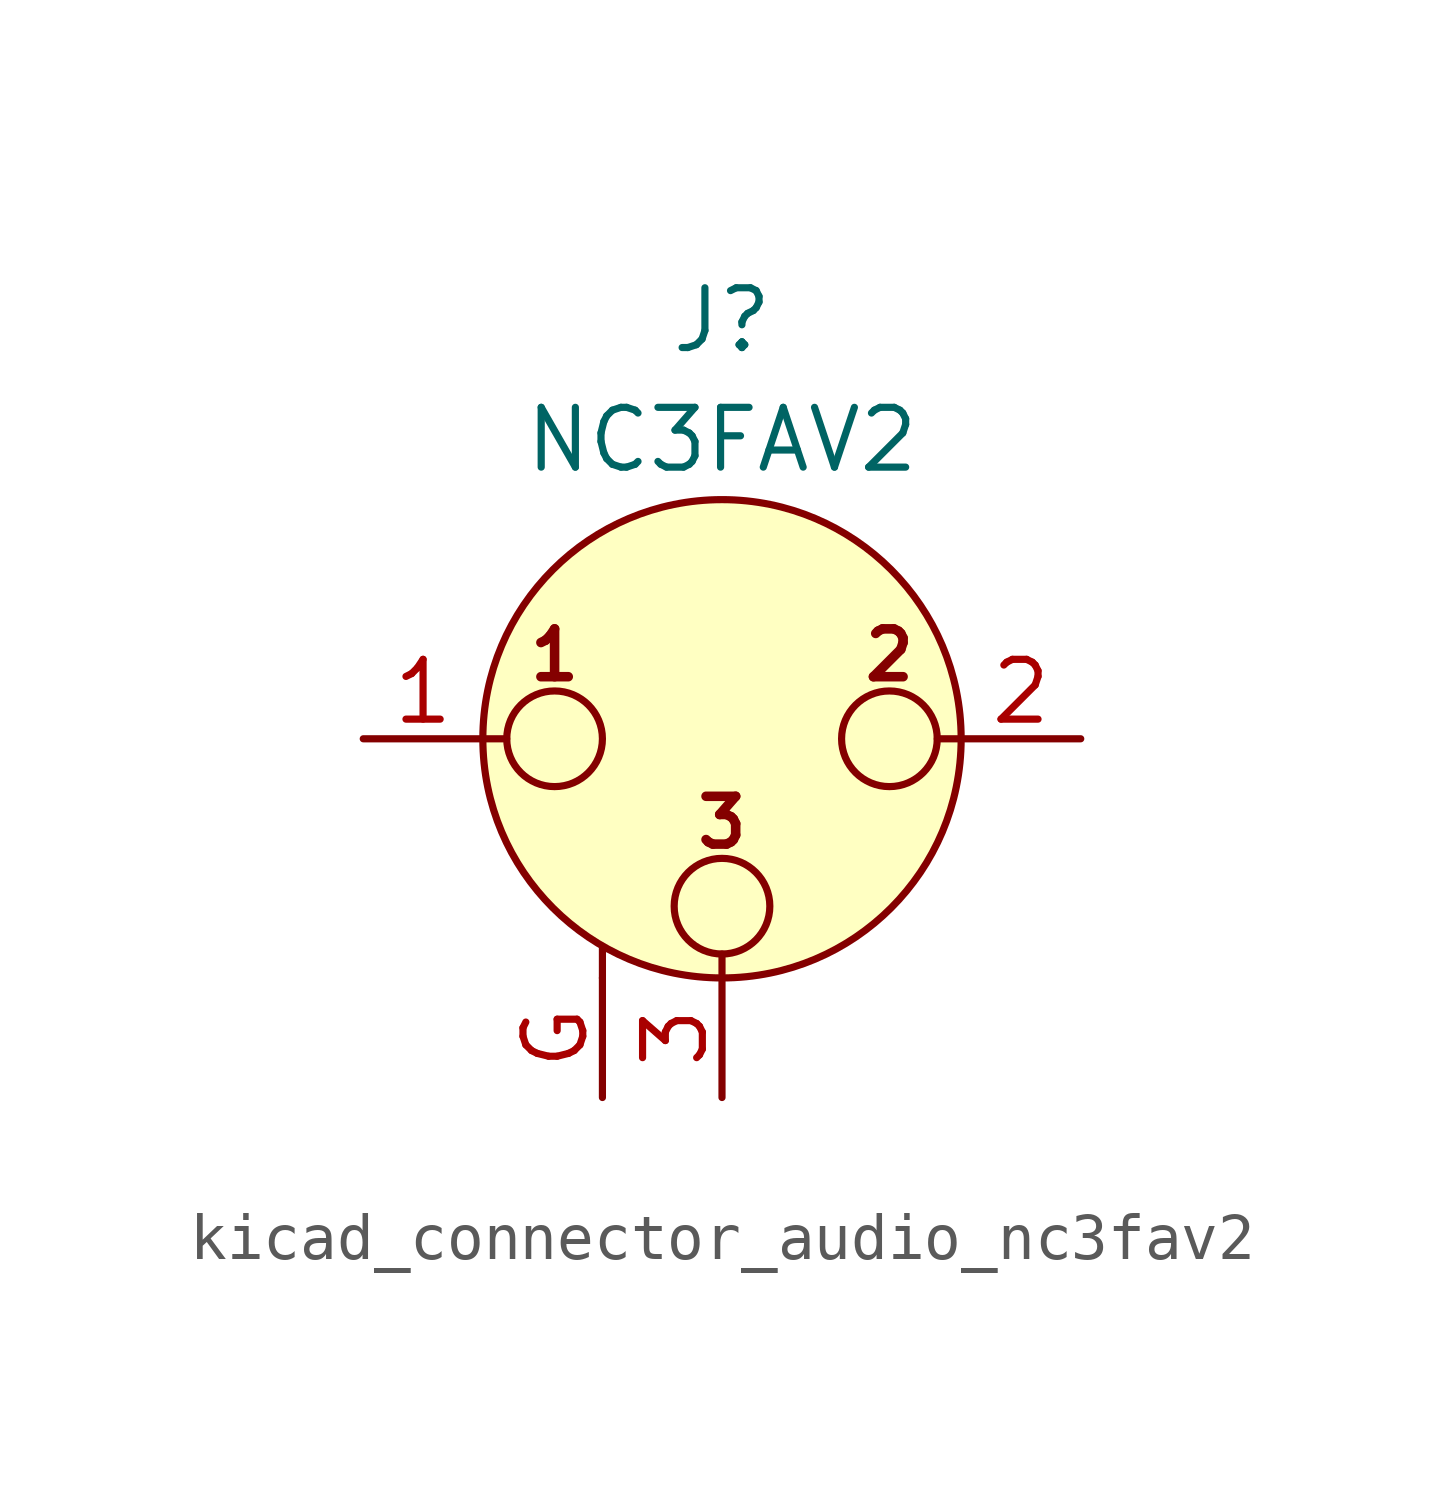
<source format=kicad_sym>
(kicad_symbol_lib
  (version 20220914)
  (generator kicad_symbol_editor)
  (symbol "kicad_connector_audio_nc3fav2"
    (pin_names hide)
    (property "Reference" "J"
      (at 0 8.89 0)
      (effects (font (size 1.27 1.27))))
    (property "Value" "NC3FAV2"
      (at 0 6.35 0)
      (effects (font (size 1.27 1.27))))
    (symbol "kicad_connector_audio_nc3fav2_0_1"
      (circle (center -3.556 0) (radius 1.016) (stroke (width 0) (type default)) (fill (type none)))
      (circle (center 0 -3.556) (radius 1.016) (stroke (width 0) (type default)) (fill (type none)))
      (polyline (pts (xy -5.08 0) (xy -4.572 0)) (stroke (width 0) (type default)) (fill (type none)))
      (polyline (pts (xy -2.54 -5.08) (xy -2.54 -4.445)) (stroke (width 0) (type default)) (fill (type none)))
      (polyline (pts (xy 0 -5.08) (xy 0 -4.572)) (stroke (width 0) (type default)) (fill (type none)))
      (polyline (pts (xy 5.08 0) (xy 4.572 0)) (stroke (width 0) (type default)) (fill (type none)))
      (circle (center 0 0) (radius 5.08) (stroke (width 0) (type default)) (fill (type background)))
      (circle (center 3.556 0) (radius 1.016) (stroke (width 0) (type default)) (fill (type none)))
      (text "1" (at -3.556 1.778 0) (effects (font (size 1.016 1.016) bold)))
      (text "2" (at 3.556 1.778 0) (effects (font (size 1.016 1.016) bold)))
      (text "3" (at 0 -1.778 0) (effects (font (size 1.016 1.016) bold)))
      (pin passive line (at -7.62 0 0) (length 2.54) (name "~" (effects (font (size 1.27 1.27)))) (number "1" (effects (font (size 1.27 1.27)))))
      (pin passive line (at 7.62 0 180) (length 2.54) (name "~" (effects (font (size 1.27 1.27)))) (number "2" (effects (font (size 1.27 1.27)))))
      (pin passive line (at 0 -7.62 90) (length 2.54) (name "~" (effects (font (size 1.27 1.27)))) (number "3" (effects (font (size 1.27 1.27))))))
    (symbol "kicad_connector_audio_nc3fav2_1_1"
      (pin passive line (at -2.54 -7.62 90) (length 2.54) (name "~" (effects (font (size 1.27 1.27)))) (number "G" (effects (font (size 1.27 1.27))))))))
</source>
